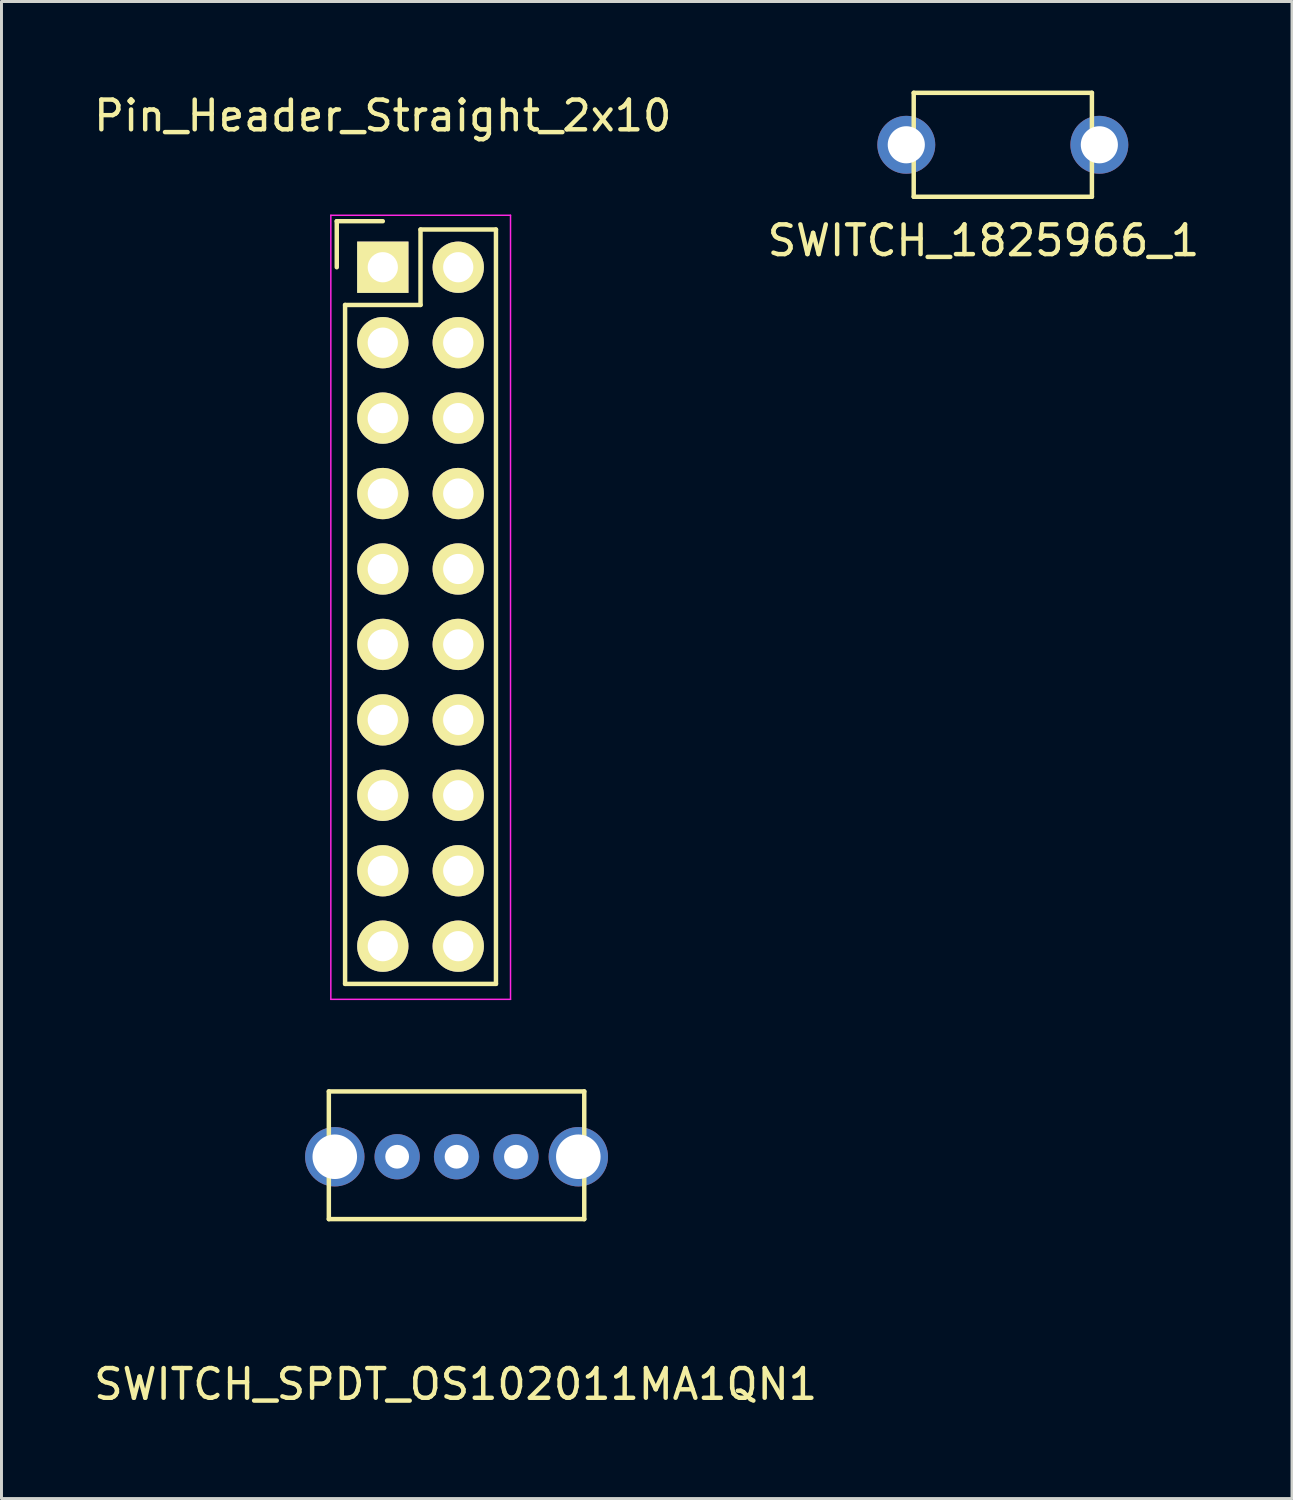
<source format=kicad_pcb>
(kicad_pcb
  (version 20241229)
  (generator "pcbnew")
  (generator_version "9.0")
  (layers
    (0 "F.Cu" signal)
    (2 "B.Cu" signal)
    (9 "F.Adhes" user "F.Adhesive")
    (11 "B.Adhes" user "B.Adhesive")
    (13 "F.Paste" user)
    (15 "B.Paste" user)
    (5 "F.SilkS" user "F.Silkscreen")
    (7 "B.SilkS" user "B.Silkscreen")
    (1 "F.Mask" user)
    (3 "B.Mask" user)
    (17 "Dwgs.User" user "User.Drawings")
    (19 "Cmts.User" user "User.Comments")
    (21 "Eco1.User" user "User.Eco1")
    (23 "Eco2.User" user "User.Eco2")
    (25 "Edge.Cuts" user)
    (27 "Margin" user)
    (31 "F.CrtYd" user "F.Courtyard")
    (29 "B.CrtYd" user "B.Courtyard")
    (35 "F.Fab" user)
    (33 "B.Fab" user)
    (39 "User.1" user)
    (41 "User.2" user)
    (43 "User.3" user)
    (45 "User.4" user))
  (footprint "SWITCH_1825966_1"
    (layer "F.Cu")
    (at 27.465 1.825)
    (property "Reference" "SWITCH_1825966_1" (at 2.6 3.225 0) (layer "F.SilkS") (effects (font (size 1 1) (thickness 0.15))))
    (attr through_hole)
    (fp_line (start 0.25 -1.75) (end 6.25 -1.75) (stroke (width 0.15) (type solid)) (layer "F.SilkS"))
    (fp_line (start 0.25 1.75) (end 0.25 -1.75) (stroke (width 0.15) (type solid)) (layer "F.SilkS"))
    (fp_line (start 6.25 -1.75) (end 6.25 1.75) (stroke (width 0.15) (type solid)) (layer "F.SilkS"))
    (fp_line (start 6.25 1.75) (end 0.25 1.75) (stroke (width 0.15) (type solid)) (layer "F.SilkS"))
    (pad "1" thru_hole circle (at 0 0) (size 1.95 1.95) (drill 1.25) (layers "*.Cu" "*.Mask"))
    (pad "2" thru_hole circle (at 6.5 0) (size 1.95 1.95) (drill 1.25) (layers "*.Cu" "*.Mask")))
  (footprint "SWITCH_SPDT_OS102011MA1QN1"
    (layer "F.Cu")
    (at 12.322 35.898)
    (property "Reference" "SWITCH_SPDT_OS102011MA1QN1" (at -0.03 7.66 0) (layer "F.SilkS") (effects (font (size 1 1) (thickness 0.15))))
    (attr through_hole)
    (fp_line (start -4.3 -2.2) (end 4.3 -2.2) (stroke (width 0.15) (type solid)) (layer "F.SilkS"))
    (fp_line (start -4.3 2.1) (end -4.3 -2.2) (stroke (width 0.15) (type solid)) (layer "F.SilkS"))
    (fp_line (start 4.3 -2.2) (end 4.3 2.1) (stroke (width 0.15) (type solid)) (layer "F.SilkS"))
    (fp_line (start 4.3 2.1) (end -4.3 2.1) (stroke (width 0.15) (type solid)) (layer "F.SilkS"))
    (pad "1" thru_hole circle (at -2 0) (size 1.524 1.524) (drill 0.8) (layers "*.Cu" "*.Mask"))
    (pad "2" thru_hole circle (at 0 0) (size 1.524 1.524) (drill 0.8) (layers "*.Cu" "*.Mask"))
    (pad "3" thru_hole circle (at 2 0) (size 1.524 1.524) (drill 0.8) (layers "*.Cu" "*.Mask"))
    (pad "~" thru_hole circle (at -4.1 0) (size 2 2) (drill 1.5) (layers "*.Cu" "*.Mask"))
    (pad "~" thru_hole circle (at 4.1 0) (size 2 2) (drill 1.5) (layers "*.Cu" "*.Mask")))
  (footprint "Pin_Header_Straight_2x10"
    (layer "F.Cu")
    (at 9.839 5.948)
    (property "Reference" "Pin_Header_Straight_2x10" (at 0 -5.1 0) (layer "F.SilkS") (effects (font (size 1 1) (thickness 0.15))))
    (attr through_hole)
    (fp_line (start -1.55 -1.55) (end -1.55 0) (stroke (width 0.15) (type solid)) (layer "F.SilkS"))
    (fp_line (start -1.27 1.27) (end -1.27 24.13) (stroke (width 0.15) (type solid)) (layer "F.SilkS"))
    (fp_line (start 0 -1.55) (end -1.55 -1.55) (stroke (width 0.15) (type solid)) (layer "F.SilkS"))
    (fp_line (start 1.27 -1.27) (end 1.27 1.27) (stroke (width 0.15) (type solid)) (layer "F.SilkS"))
    (fp_line (start 1.27 1.27) (end -1.27 1.27) (stroke (width 0.15) (type solid)) (layer "F.SilkS"))
    (fp_line (start 3.81 -1.27) (end 1.27 -1.27) (stroke (width 0.15) (type solid)) (layer "F.SilkS"))
    (fp_line (start 3.81 24.13) (end -1.27 24.13) (stroke (width 0.15) (type solid)) (layer "F.SilkS"))
    (fp_line (start 3.81 24.13) (end 3.81 -1.27) (stroke (width 0.15) (type solid)) (layer "F.SilkS"))
    (fp_line (start -1.75 -1.75) (end -1.75 24.65) (stroke (width 0.05) (type solid)) (layer "F.CrtYd"))
    (fp_line (start -1.75 -1.75) (end 4.3 -1.75) (stroke (width 0.05) (type solid)) (layer "F.CrtYd"))
    (fp_line (start -1.75 24.65) (end 4.3 24.65) (stroke (width 0.05) (type solid)) (layer "F.CrtYd"))
    (fp_line (start 4.3 -1.75) (end 4.3 24.65) (stroke (width 0.05) (type solid)) (layer "F.CrtYd"))
    (pad "1" thru_hole rect (at 0 0) (size 1.727 1.727) (drill 1.016) (layers "*.Cu" "*.Mask" "F.SilkS"))
    (pad "2" thru_hole oval (at 2.54 0) (size 1.727 1.727) (drill 1.016) (layers "*.Cu" "*.Mask" "F.SilkS"))
    (pad "3" thru_hole oval (at 0 2.54) (size 1.727 1.727) (drill 1.016) (layers "*.Cu" "*.Mask" "F.SilkS"))
    (pad "4" thru_hole oval (at 2.54 2.54) (size 1.727 1.727) (drill 1.016) (layers "*.Cu" "*.Mask" "F.SilkS"))
    (pad "5" thru_hole oval (at 0 5.08) (size 1.727 1.727) (drill 1.016) (layers "*.Cu" "*.Mask" "F.SilkS"))
    (pad "6" thru_hole oval (at 2.54 5.08) (size 1.727 1.727) (drill 1.016) (layers "*.Cu" "*.Mask" "F.SilkS"))
    (pad "7" thru_hole oval (at 0 7.62) (size 1.727 1.727) (drill 1.016) (layers "*.Cu" "*.Mask" "F.SilkS"))
    (pad "8" thru_hole oval (at 2.54 7.62) (size 1.727 1.727) (drill 1.016) (layers "*.Cu" "*.Mask" "F.SilkS"))
    (pad "9" thru_hole oval (at 0 10.16) (size 1.727 1.727) (drill 1.016) (layers "*.Cu" "*.Mask" "F.SilkS"))
    (pad "10" thru_hole oval (at 2.54 10.16) (size 1.727 1.727) (drill 1.016) (layers "*.Cu" "*.Mask" "F.SilkS"))
    (pad "11" thru_hole oval (at 0 12.7) (size 1.727 1.727) (drill 1.016) (layers "*.Cu" "*.Mask" "F.SilkS"))
    (pad "12" thru_hole oval (at 2.54 12.7) (size 1.727 1.727) (drill 1.016) (layers "*.Cu" "*.Mask" "F.SilkS"))
    (pad "13" thru_hole oval (at 0 15.24) (size 1.727 1.727) (drill 1.016) (layers "*.Cu" "*.Mask" "F.SilkS"))
    (pad "14" thru_hole oval (at 2.54 15.24) (size 1.727 1.727) (drill 1.016) (layers "*.Cu" "*.Mask" "F.SilkS"))
    (pad "15" thru_hole oval (at 0 17.78) (size 1.727 1.727) (drill 1.016) (layers "*.Cu" "*.Mask" "F.SilkS"))
    (pad "16" thru_hole oval (at 2.54 17.78) (size 1.727 1.727) (drill 1.016) (layers "*.Cu" "*.Mask" "F.SilkS"))
    (pad "17" thru_hole oval (at 0 20.32) (size 1.727 1.727) (drill 1.016) (layers "*.Cu" "*.Mask" "F.SilkS"))
    (pad "18" thru_hole oval (at 2.54 20.32) (size 1.727 1.727) (drill 1.016) (layers "*.Cu" "*.Mask" "F.SilkS"))
    (pad "19" thru_hole oval (at 0 22.86) (size 1.727 1.727) (drill 1.016) (layers "*.Cu" "*.Mask" "F.SilkS"))
    (pad "20" thru_hole oval (at 2.54 22.86) (size 1.727 1.727) (drill 1.016) (layers "*.Cu" "*.Mask" "F.SilkS")))
  (gr_rect
    (start -3 -3)
    (end 40.452 47.407)
    (stroke (width 0.1) (type default))
    (fill no)
    (layer "Edge.Cuts")))
</source>
